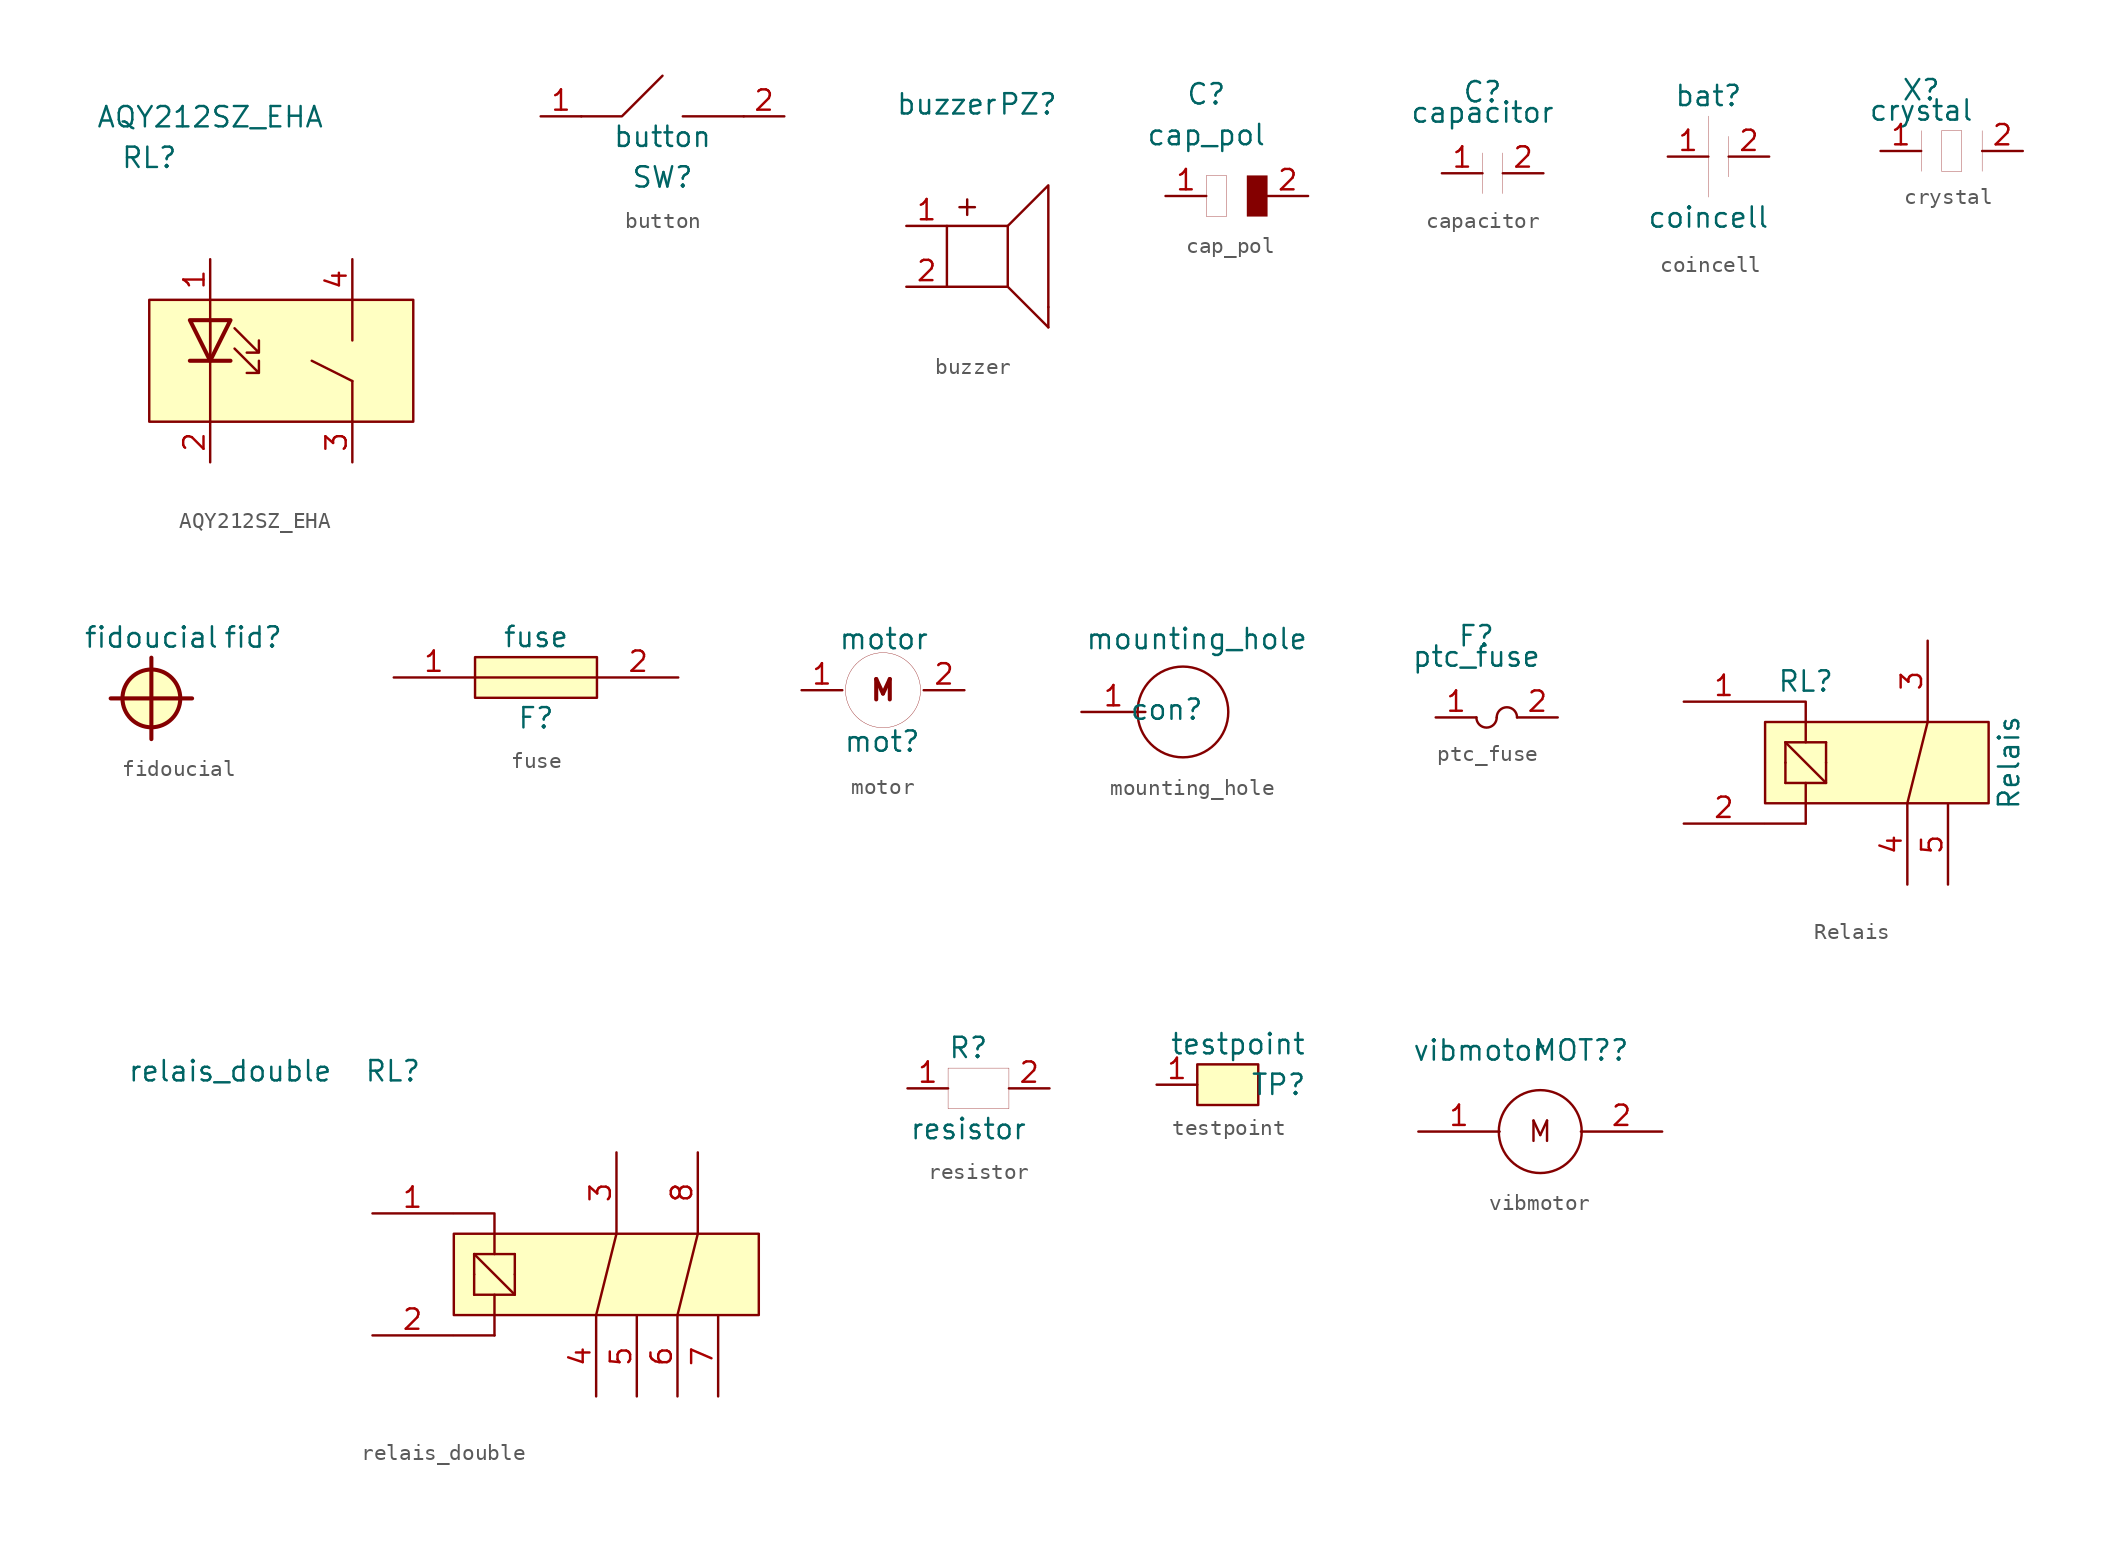
<source format=kicad_sym>
(kicad_symbol_lib
  (version 20201005)
  (generator kicad_symbol_editor)
  (symbol "vanalles:AQY212SZ_EHA"
    (pin_names
      (offset 1.016))
    (property "Reference" "RL"
      (at -3.81 11.43 0)
      (effects (font (size 1.27 1.27))))
    (property "Value" "AQY212SZ_EHA"
      (at 0 13.97 0)
      (effects (font (size 1.27 1.27))))
    (symbol "AQY212SZ_EHA_0_1"
      (rectangle (start -3.81 2.54) (end 12.7 -5.08) (stroke (width 0)) (fill (type background)))
      (polyline (pts (xy 6.35 -1.27) (xy 8.89 -2.54)) (stroke (width 0)) (fill (type none)))
      (polyline (pts (xy 8.89 -5.08) (xy 8.89 -5.08)) (stroke (width 0)) (fill (type none)))
      (polyline (pts (xy 8.89 -2.54) (xy 8.89 -5.08)) (stroke (width 0)) (fill (type none)))
      (polyline (pts (xy 8.89 0) (xy 8.89 2.54)) (stroke (width 0)) (fill (type none)))
      (polyline (pts (xy 0 1.27) (xy 0 2.54) (xy 0 -5.08)) (stroke (width 0)) (fill (type none))))
    (symbol "AQY212SZ_EHA_1_1"
      (polyline (pts (xy 0 -1.27) (xy 0 1.27)) (stroke (width 0)) (fill (type none)))
      (polyline (pts (xy 1.27 -1.27) (xy -1.27 -1.27)) (stroke (width 0.254)) (fill (type none)))
      (polyline (pts (xy 1.27 1.27) (xy -1.27 1.27) (xy 0 -1.27) (xy 1.27 1.27)) (stroke (width 0.254)) (fill (type none)))
      (polyline (pts (xy 1.524 -0.508) (xy 3.048 -2.032) (xy 3.048 -1.27) (xy 3.048 -2.032) (xy 2.286 -2.032)) (stroke (width 0)) (fill (type none)))
      (polyline (pts (xy 1.524 0.762) (xy 3.048 -0.762) (xy 3.048 0) (xy 3.048 -0.762) (xy 2.286 -0.762)) (stroke (width 0)) (fill (type none)))
      (pin passive line (at 0 5.08 270) (length 2.54) (name "~" (effects (font (size 1.27 1.27)))) (number "1" (effects (font (size 1.27 1.27)))))
      (pin passive line (at 0 -7.62 90) (length 2.54) (name "~" (effects (font (size 1.27 1.27)))) (number "2" (effects (font (size 1.27 1.27)))))
      (pin passive line (at 8.89 -7.62 90) (length 2.54) (name "~" (effects (font (size 1.27 1.27)))) (number "3" (effects (font (size 1.27 1.27)))))
      (pin passive line (at 8.89 5.08 270) (length 2.54) (name "~" (effects (font (size 1.27 1.27)))) (number "4" (effects (font (size 1.27 1.27)))))))
  (symbol "vanalles:button"
    (pin_names
      (offset 1.016))
    (property "Reference" "SW"
      (at 5.08 -3.81 0)
      (effects (font (size 1.27 1.27))))
    (property "Value" "button"
      (at 5.08 -1.27 0)
      (effects (font (size 1.27 1.27))))
    (symbol "button_0_1"
      (rectangle (start 6.35 0) (end 10.16 0) (stroke (width 0)) (fill (type none)))
      (polyline (pts (xy 0 0) (xy 2.54 0) (xy 5.08 2.54)) (stroke (width 0)) (fill (type none))))
    (symbol "button_1_1"
      (pin unspecified line (at -2.54 0 0) (length 2.54) (name "~" (effects (font (size 1.27 1.27)))) (number "1" (effects (font (size 1.27 1.27)))))
      (pin unspecified line (at 12.7 0 180) (length 2.54) (name "~" (effects (font (size 1.27 1.27)))) (number "2" (effects (font (size 1.27 1.27)))))))
  (symbol "vanalles:buzzer"
    (pin_names
      (offset 1.016))
    (property "Reference" "PZ"
      (at 5.08 7.62 0)
      (effects (font (size 1.27 1.27))))
    (property "Value" "buzzer"
      (at 0 7.62 0)
      (effects (font (size 1.27 1.27))))
    (symbol "buzzer_0_0"
      (text "+" (at 1.27 1.27 0) (effects (font (size 1.27 1.27))))
      (polyline (pts (xy 3.81 -3.81) (xy 6.35 -6.35)) (stroke (width 0)) (fill (type none)))
      (polyline (pts (xy 6.35 -5.08) (xy 6.35 -6.35)) (stroke (width 0)) (fill (type none)))
      (polyline (pts (xy 3.81 0) (xy 6.35 2.54) (xy 6.35 -5.08)) (stroke (width 0)) (fill (type none))))
    (symbol "buzzer_0_1"
      (rectangle (start 0 0) (end 3.81 -3.81) (stroke (width 0)) (fill (type none))))
    (symbol "buzzer_1_1"
      (pin unspecified line (at -2.54 0 0) (length 2.54) (name "~" (effects (font (size 1.27 1.27)))) (number "1" (effects (font (size 1.27 1.27)))))
      (pin unspecified line (at -2.54 -3.81 0) (length 2.54) (name "~" (effects (font (size 1.27 1.27)))) (number "2" (effects (font (size 1.27 1.27)))))))
  (symbol "vanalles:cap_pol"
    (property "Reference" "C"
      (at 0 6.35 0)
      (effects (font (size 1.27 1.27))))
    (property "Value" "cap_pol"
      (at 0 3.81 0)
      (effects (font (size 1.27 1.27))))
    (symbol "cap_pol_0_1"
      (polyline (pts (xy 0 1.27) (xy 1.27 1.27) (xy 1.27 -1.27) (xy 0 -1.27) (xy 0 1.27)) (stroke (width 0.001)) (fill (type none)))
      (polyline (pts (xy 2.54 1.27) (xy 3.81 1.27) (xy 3.81 0) (xy 3.81 -1.27) (xy 2.54 -1.27) (xy 2.54 1.27)) (stroke (width 0.001)) (fill (type outline))))
    (symbol "cap_pol_1_1"
      (pin input line (at -2.54 0 0) (length 2.54) (name "" (effects (font (size 1.27 1.27)))) (number "1" (effects (font (size 1.27 1.27)))))
      (pin input line (at 6.35 0 180) (length 2.54) (name "" (effects (font (size 1.27 1.27)))) (number "2" (effects (font (size 1.27 1.27)))))))
  (symbol "vanalles:capacitor"
    (property "Reference" "C"
      (at 0 5.08 0)
      (effects (font (size 1.27 1.27))))
    (property "Value" "capacitor"
      (at 0 3.81 0)
      (effects (font (size 1.27 1.27))))
    (symbol "capacitor_0_1"
      (polyline (pts (xy 0 1.27) (xy 0 -1.27)) (stroke (width 0.001)) (fill (type none)))
      (polyline (pts (xy 1.27 1.27) (xy 1.27 -1.27)) (stroke (width 0.001)) (fill (type none))))
    (symbol "capacitor_1_1"
      (pin input line (at -2.54 0 0) (length 2.54) (name "" (effects (font (size 1.27 1.27)))) (number "1" (effects (font (size 1.27 1.27)))))
      (pin input line (at 3.81 0 180) (length 2.54) (name "" (effects (font (size 1.27 1.27)))) (number "2" (effects (font (size 1.27 1.27)))))))
  (symbol "vanalles:coincell"
    (property "Reference" "bat"
      (at 0 3.81 0)
      (effects (font (size 1.27 1.27))))
    (property "Value" "coincell"
      (at 0 -3.81 0)
      (effects (font (size 1.27 1.27))))
    (symbol "coincell_0_1"
      (polyline (pts (xy 0 2.54) (xy 0 -2.54)) (stroke (width 0.001)) (fill (type none)))
      (polyline (pts (xy 1.27 1.27) (xy 1.27 -1.27)) (stroke (width 0.001)) (fill (type none))))
    (symbol "coincell_1_1"
      (pin input line (at -2.54 0 0) (length 2.54) (name "" (effects (font (size 1.27 1.27)))) (number "1" (effects (font (size 1.27 1.27)))))
      (pin input line (at 3.81 0 180) (length 2.54) (name "" (effects (font (size 1.27 1.27)))) (number "2" (effects (font (size 1.27 1.27)))))))
  (symbol "vanalles:crystal"
    (property "Reference" "X"
      (at 0 3.81 0)
      (effects (font (size 1.27 1.27))))
    (property "Value" "crystal"
      (at 0 2.54 0)
      (effects (font (size 1.27 1.27))))
    (symbol "crystal_0_1"
      (polyline (pts (xy 3.81 1.27) (xy 3.81 -1.27)) (stroke (width 0.001)) (fill (type none)))
      (polyline (pts (xy 0 0) (xy 0 1.27) (xy 0 0) (xy 0 -1.27)) (stroke (width 0.001)) (fill (type none)))
      (polyline (pts (xy 1.27 1.27) (xy 2.54 1.27) (xy 2.54 -1.27) (xy 1.27 -1.27) (xy 1.27 1.27)) (stroke (width 0.001)) (fill (type none))))
    (symbol "crystal_1_1"
      (pin unspecified line (at -2.54 0 0) (length 2.54) (name "" (effects (font (size 1.27 1.27)))) (number "1" (effects (font (size 1.27 1.27)))))
      (pin unspecified line (at 6.35 0 180) (length 2.54) (name "" (effects (font (size 1.27 1.27)))) (number "2" (effects (font (size 1.27 1.27)))))))
  (symbol "vanalles:fidoucial"
    (pin_names
      (offset 1.016))
    (property "Reference" "fid"
      (at 6.35 3.81 0)
      (effects (font (size 1.27 1.27))))
    (property "Value" "fidoucial"
      (at 0 3.81 0)
      (effects (font (size 1.27 1.27))))
    (symbol "fidoucial_0_1"
      (circle (center 0 0) (radius 1.803) (stroke (width 0.254)) (fill (type background)))
      (polyline (pts (xy -2.54 0) (xy 2.54 0)) (stroke (width 0.254)) (fill (type none)))
      (polyline (pts (xy 0 2.54) (xy 0 -2.54)) (stroke (width 0.254)) (fill (type none)))))
  (symbol "vanalles:fuse"
    (pin_names
      (offset 1.016))
    (property "Reference" "F"
      (at 3.81 -2.54 0)
      (effects (font (size 1.27 1.27))))
    (property "Value" "fuse"
      (at 3.81 2.54 0)
      (effects (font (size 1.27 1.27))))
    (symbol "fuse_0_1"
      (rectangle (start 0 1.27) (end 7.62 -1.27) (stroke (width 0)) (fill (type background)))
      (polyline (pts (xy 0 0) (xy 7.62 0)) (stroke (width 0)) (fill (type background))))
    (symbol "fuse_1_1"
      (pin power_out line (at -5.08 0 0) (length 5.004) (name "~" (effects (font (size 1.27 1.27)))) (number "1" (effects (font (size 1.27 1.27)))))
      (pin power_out line (at 12.7 0 180) (length 5.004) (name "~" (effects (font (size 1.27 1.27)))) (number "2" (effects (font (size 1.27 1.27)))))))
  (symbol "vanalles:motor"
    (property "Reference" "mot"
      (at -0.051 -3.2 0)
      (effects (font (size 1.27 1.27))))
    (property "Value" "motor"
      (at 0.051 3.2 0)
      (effects (font (size 1.27 1.27))))
    (symbol "motor_0_0"
      (text "M" (at 0 0 0) (effects (font (size 1.27 1.27) bold))))
    (symbol "motor_0_1"
      (circle (center 0 0) (radius 2.342) (stroke (width 0.001)) (fill (type none))))
    (symbol "motor_1_1"
      (pin input line (at -5.08 0 0) (length 2.54) (name "" (effects (font (size 1.27 1.27)))) (number "1" (effects (font (size 1.27 1.27)))))
      (pin input line (at 5.08 0 180) (length 2.54) (name "" (effects (font (size 1.27 1.27)))) (number "2" (effects (font (size 1.27 1.27)))))))
  (symbol "vanalles:mounting_hole"
    (property "Reference" "con"
      (at -1.016 0.152 0)
      (effects (font (size 1.27 1.27))))
    (property "Value" "mounting_hole"
      (at 0.864 4.572 0)
      (effects (font (size 1.27 1.27))))
    (symbol "mounting_hole_0_1"
      (circle (center 0 0) (radius 2.84) (stroke (width 0.152)) (fill (type none))))
    (symbol "mounting_hole_1_1"
      (pin input line (at -6.35 0 0) (length 4) (name "" (effects (font (size 1.27 1.27)))) (number "1" (effects (font (size 1.27 1.27)))))))
  (symbol "vanalles:ptc_fuse"
    (pin_names
      (offset 1.016))
    (property "Reference" "F"
      (at 0 5.08 0)
      (effects (font (size 1.27 1.27))))
    (property "Value" "ptc_fuse"
      (at 0 3.81 0)
      (effects (font (size 1.27 1.27))))
    (symbol "ptc_fuse_0_1"
      (arc (start 0 0) (end 1.27 0) (radius (at 0.635 0) (length 0.635) (angles -179.9 -0.1)) (stroke (width 0)) (fill (type none)))
      (arc (start 2.54 0) (end 1.27 0) (radius (at 1.905 0) (length 0.635) (angles 0.1 179.9)) (stroke (width 0)) (fill (type none))))
    (symbol "ptc_fuse_1_1"
      (pin unspecified line (at -2.54 0 0) (length 2.54) (name "~" (effects (font (size 1.27 1.27)))) (number "1" (effects (font (size 1.27 1.27)))))
      (pin unspecified line (at 5.08 0 180) (length 2.54) (name "~" (effects (font (size 1.27 1.27)))) (number "2" (effects (font (size 1.27 1.27)))))))
  (symbol "vanalles:Relais"
    (pin_names
      (offset 1.016))
    (property "Reference" "RL"
      (at 2.54 2.54 0)
      (effects (font (size 1.27 1.27))))
    (property "Value" "Relais"
      (at 15.24 -2.54 90)
      (effects (font (size 1.27 1.27))))
    (symbol "Relais_0_1"
      (rectangle (start 0 0) (end 13.97 -5.08) (stroke (width 0)) (fill (type background)))
      (polyline (pts (xy 0 -6.35) (xy 2.54 -6.35)) (stroke (width 0)) (fill (type none)))
      (polyline (pts (xy 1.27 -2.54) (xy 1.27 -3.81)) (stroke (width 0)) (fill (type none)))
      (polyline (pts (xy 1.27 -1.27) (xy 1.27 -2.54)) (stroke (width 0)) (fill (type none)))
      (polyline (pts (xy 1.27 -1.27) (xy 3.81 -3.81)) (stroke (width 0)) (fill (type none)))
      (polyline (pts (xy 1.27 -1.27) (xy 3.81 -1.27)) (stroke (width 0)) (fill (type none)))
      (polyline (pts (xy 2.54 -3.81) (xy 2.54 -6.35)) (stroke (width 0)) (fill (type none)))
      (polyline (pts (xy 3.81 -2.54) (xy 3.81 -1.27)) (stroke (width 0)) (fill (type none)))
      (polyline (pts (xy 8.89 -5.08) (xy 10.16 0)) (stroke (width 0)) (fill (type none)))
      (polyline (pts (xy 0 1.27) (xy 2.54 1.27) (xy 2.54 -1.27)) (stroke (width 0)) (fill (type none)))
      (polyline (pts (xy 3.81 -3.81) (xy 3.81 -2.54) (xy 3.81 -3.81) (xy 1.27 -3.81)) (stroke (width 0)) (fill (type none))))
    (symbol "Relais_1_1"
      (pin unspecified line (at -5.08 1.27 0) (length 5.004) (name "~" (effects (font (size 1.27 1.27)))) (number "1" (effects (font (size 1.27 1.27)))))
      (pin unspecified line (at -5.08 -6.35 0) (length 5.004) (name "~" (effects (font (size 1.27 1.27)))) (number "2" (effects (font (size 1.27 1.27)))))
      (pin unspecified line (at 10.16 5.08 270) (length 5.004) (name "~" (effects (font (size 1.27 1.27)))) (number "3" (effects (font (size 1.27 1.27)))))
      (pin unspecified line (at 8.89 -10.16 90) (length 5.004) (name "~" (effects (font (size 1.27 1.27)))) (number "4" (effects (font (size 1.27 1.27)))))
      (pin unspecified line (at 11.43 -10.16 90) (length 5.004) (name "~" (effects (font (size 1.27 1.27)))) (number "5" (effects (font (size 1.27 1.27)))))))
  (symbol "vanalles:relais_double"
    (pin_names
      (offset 1.016))
    (property "Reference" "RL"
      (at -6.35 12.7 0)
      (effects (font (size 1.27 1.27))))
    (property "Value" "relais_double"
      (at -16.51 12.7 0)
      (effects (font (size 1.27 1.27))))
    (symbol "relais_double_0_1"
      (rectangle (start -2.54 2.54) (end 16.51 -2.54) (stroke (width 0)) (fill (type background))))
    (symbol "relais_double_1_1"
      (polyline (pts (xy -2.54 -3.81) (xy 0 -3.81)) (stroke (width 0)) (fill (type none)))
      (polyline (pts (xy -1.27 0) (xy -1.27 -1.27)) (stroke (width 0)) (fill (type none)))
      (polyline (pts (xy -1.27 1.27) (xy -1.27 0)) (stroke (width 0)) (fill (type none)))
      (polyline (pts (xy -1.27 1.27) (xy 1.27 -1.27)) (stroke (width 0)) (fill (type none)))
      (polyline (pts (xy -1.27 1.27) (xy 1.27 1.27)) (stroke (width 0)) (fill (type none)))
      (polyline (pts (xy 0 -1.27) (xy 0 -3.81)) (stroke (width 0)) (fill (type none)))
      (polyline (pts (xy 1.27 0) (xy 1.27 1.27)) (stroke (width 0)) (fill (type none)))
      (polyline (pts (xy 6.35 -2.54) (xy 7.62 2.54)) (stroke (width 0)) (fill (type none)))
      (polyline (pts (xy 11.43 -2.54) (xy 12.7 2.54)) (stroke (width 0)) (fill (type none)))
      (polyline (pts (xy -2.54 3.81) (xy 0 3.81) (xy 0 1.27)) (stroke (width 0)) (fill (type none)))
      (polyline (pts (xy 1.27 -1.27) (xy 1.27 0) (xy 1.27 -1.27) (xy -1.27 -1.27)) (stroke (width 0)) (fill (type none)))
      (pin unspecified line (at -7.62 3.81 0) (length 5.004) (name "~" (effects (font (size 1.27 1.27)))) (number "1" (effects (font (size 1.27 1.27)))))
      (pin unspecified line (at -7.62 -3.81 0) (length 5.004) (name "~" (effects (font (size 1.27 1.27)))) (number "2" (effects (font (size 1.27 1.27)))))
      (pin unspecified line (at 7.62 7.62 270) (length 5.004) (name "~" (effects (font (size 1.27 1.27)))) (number "3" (effects (font (size 1.27 1.27)))))
      (pin unspecified line (at 6.35 -7.62 90) (length 5.004) (name "~" (effects (font (size 1.27 1.27)))) (number "4" (effects (font (size 1.27 1.27)))))
      (pin unspecified line (at 8.89 -7.62 90) (length 5.004) (name "~" (effects (font (size 1.27 1.27)))) (number "5" (effects (font (size 1.27 1.27)))))
      (pin unspecified line (at 11.43 -7.62 90) (length 5.004) (name "~" (effects (font (size 1.27 1.27)))) (number "6" (effects (font (size 1.27 1.27)))))
      (pin unspecified line (at 13.97 -7.62 90) (length 5.004) (name "~" (effects (font (size 1.27 1.27)))) (number "7" (effects (font (size 1.27 1.27)))))
      (pin unspecified line (at 12.7 7.62 270) (length 5.004) (name "~" (effects (font (size 1.27 1.27)))) (number "8" (effects (font (size 1.27 1.27)))))))
  (symbol "vanalles:resistor"
    (property "Reference" "R"
      (at 0 2.54 0)
      (effects (font (size 1.27 1.27))))
    (property "Value" "resistor"
      (at 0 -2.54 0)
      (effects (font (size 1.27 1.27))))
    (symbol "resistor_0_1"
      (rectangle (start -1.27 1.27) (end 2.54 -1.27) (stroke (width 0.001)) (fill (type none))))
    (symbol "resistor_1_1"
      (pin input line (at -3.81 0 0) (length 2.54) (name "" (effects (font (size 1.27 1.27)))) (number "1" (effects (font (size 1.27 1.27)))))
      (pin input line (at 5.08 0 180) (length 2.54) (name "" (effects (font (size 1.27 1.27)))) (number "2" (effects (font (size 1.27 1.27)))))))
  (symbol "vanalles:testpoint"
    (pin_names
      (offset 1.016))
    (property "Reference" "TP"
      (at 5.08 0 0)
      (effects (font (size 1.27 1.27))))
    (property "Value" "testpoint"
      (at 2.54 2.54 0)
      (effects (font (size 1.27 1.27))))
    (symbol "testpoint_0_1"
      (rectangle (start 0 1.27) (end 3.81 -1.27) (stroke (width 0)) (fill (type background))))
    (symbol "testpoint_1_1"
      (pin unspecified line (at -2.54 0 0) (length 2.54) (name "~" (effects (font (size 1.27 1.27)))) (number "1" (effects (font (size 1.27 1.27)))))))
  (symbol "vanalles:vibmotor"
    (pin_names
      (offset 1.016))
    (property "Reference" "MOT?"
      (at 2.54 5.08 0)
      (effects (font (size 1.27 1.27))))
    (property "Value" "vibmotor"
      (at -3.81 5.08 0)
      (effects (font (size 1.27 1.27))))
    (symbol "vibmotor_0_0"
      (text "M" (at 0 0 0) (effects (font (size 1.27 1.27)))))
    (symbol "vibmotor_0_1"
      (circle (center 0 0) (radius 2.591) (stroke (width 0)) (fill (type none))))
    (symbol "vibmotor_1_1"
      (pin input line (at -7.62 0 0) (length 5.08) (name "~" (effects (font (size 1.27 1.27)))) (number "1" (effects (font (size 1.27 1.27)))))
      (pin input line (at 7.62 0 180) (length 5.08) (name "~" (effects (font (size 1.27 1.27)))) (number "2" (effects (font (size 1.27 1.27))))))))
</source>
